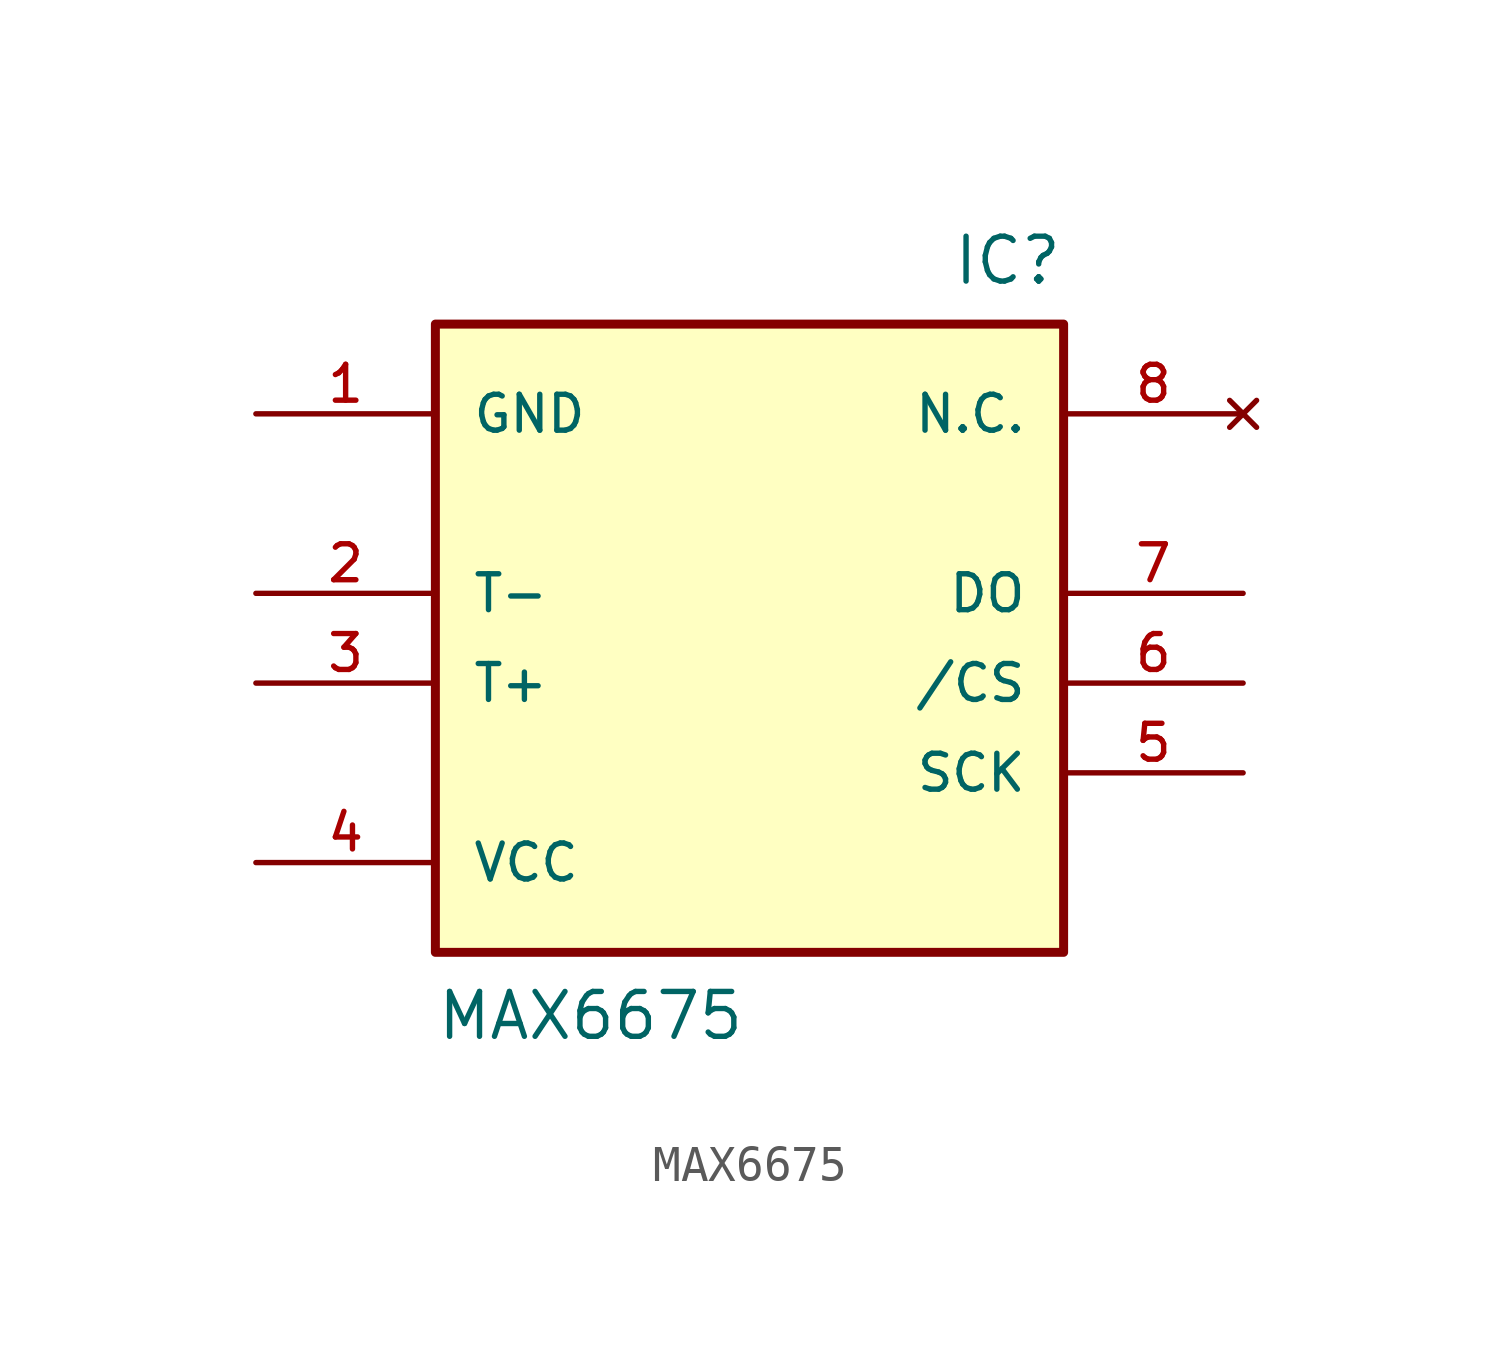
<source format=kicad_sym>
(kicad_symbol_lib
  (version 20231120)
  (generator "kicad_symbol_editor")
  (generator_version "8.0")
  (symbol "MAX6675"
    (pin_names
      (offset 1.016))
    (property "Reference" "IC"
      (at 10.16 7.62 0)
      (effects (font (size 1.27 1.27)) (justify right top)))
    (property "Value" "MAX6675"
      (at -7.62 -15.24 0)
      (effects (font (size 1.27 1.27)) (justify left bottom)))
    (symbol "MAX6675_0_0"
      (rectangle (start -7.62 5.08) (end 10.16 -12.7) (stroke (width 0.254) (type default)) (fill (type background)))
      (pin power_in line (at -12.7 2.54 0) (length 5.08) (name "GND" (effects (font (size 1.016 1.016)))) (number "1" (effects (font (size 1.016 1.016)))))
      (pin input line (at -12.7 -2.54 0) (length 5.08) (name "T-" (effects (font (size 1.016 1.016)))) (number "2" (effects (font (size 1.016 1.016)))))
      (pin input line (at -12.7 -5.08 0) (length 5.08) (name "T+" (effects (font (size 1.016 1.016)))) (number "3" (effects (font (size 1.016 1.016)))))
      (pin power_in line (at -12.7 -10.16 0) (length 5.08) (name "VCC" (effects (font (size 1.016 1.016)))) (number "4" (effects (font (size 1.016 1.016)))))
      (pin input line (at 15.24 -5.08 180) (length 5.08) (name "/CS" (effects (font (size 1.016 1.016)))) (number "6" (effects (font (size 1.016 1.016)))))
      (pin output line (at 15.24 -2.54 180) (length 5.08) (name "DO" (effects (font (size 1.016 1.016)))) (number "7" (effects (font (size 1.016 1.016))))))
    (symbol "MAX6675_1_0"
      (pin input line (at 15.24 -7.62 180) (length 5.08) (name "SCK" (effects (font (size 1.016 1.016)))) (number "5" (effects (font (size 1.016 1.016))))))
    (symbol "MAX6675_1_1"
      (pin no_connect line (at 15.24 2.54 180) (length 5.08) (name "N.C." (effects (font (size 1.016 1.016)))) (number "8" (effects (font (size 1.016 1.016))))))))
</source>
